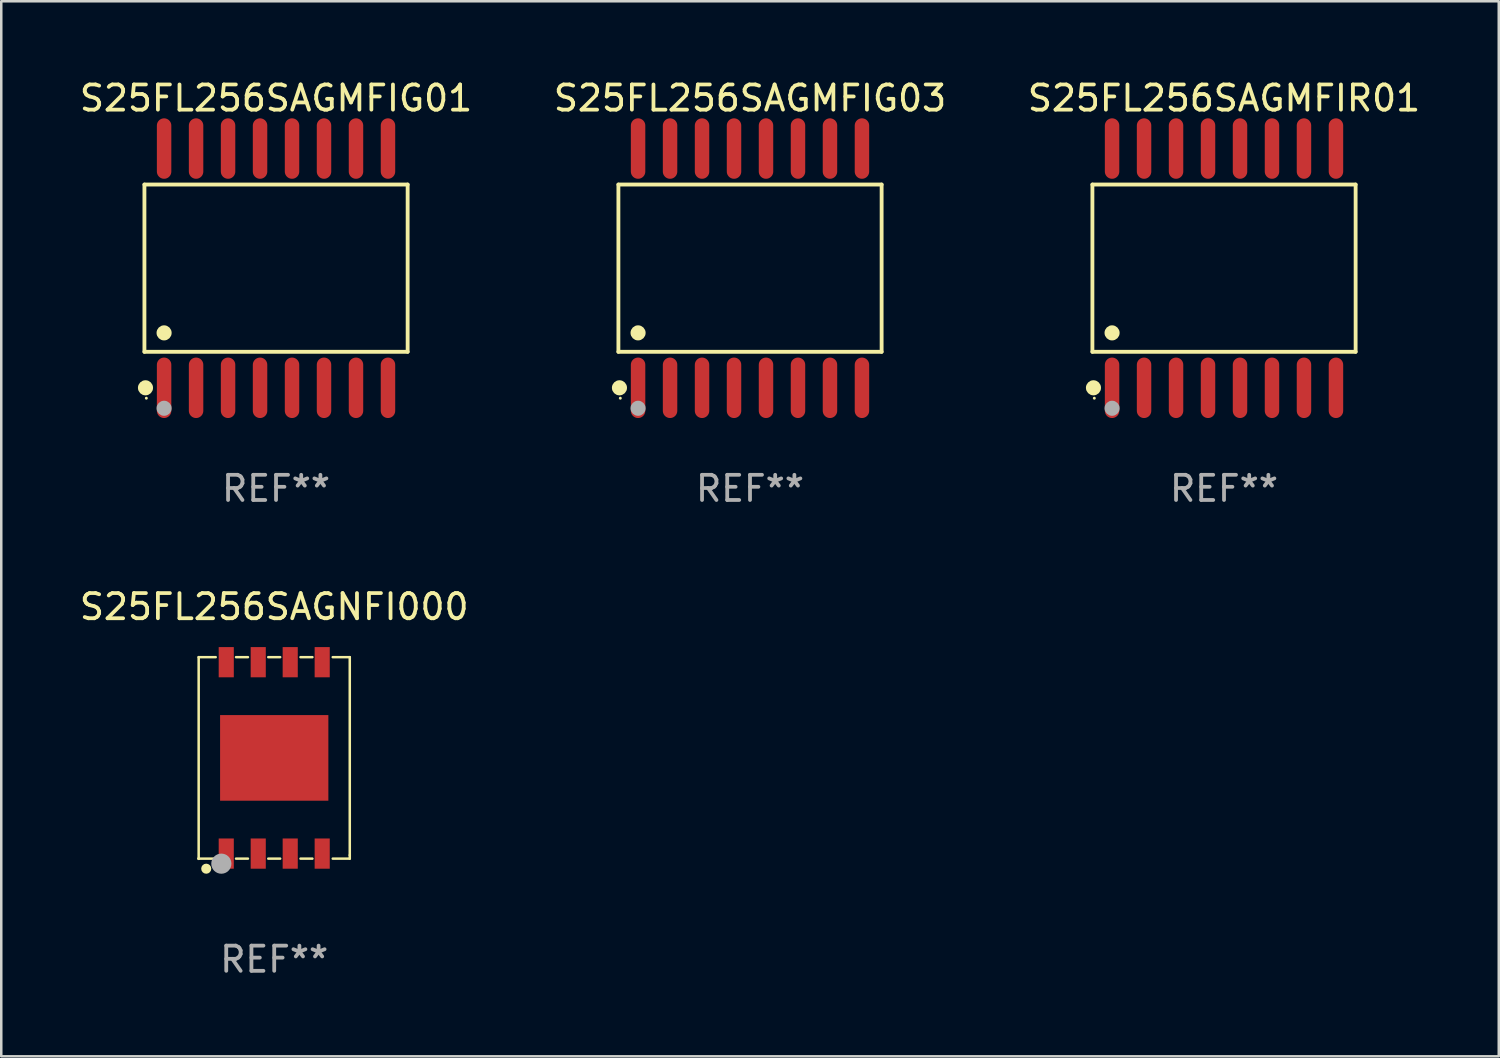
<source format=kicad_pcb>
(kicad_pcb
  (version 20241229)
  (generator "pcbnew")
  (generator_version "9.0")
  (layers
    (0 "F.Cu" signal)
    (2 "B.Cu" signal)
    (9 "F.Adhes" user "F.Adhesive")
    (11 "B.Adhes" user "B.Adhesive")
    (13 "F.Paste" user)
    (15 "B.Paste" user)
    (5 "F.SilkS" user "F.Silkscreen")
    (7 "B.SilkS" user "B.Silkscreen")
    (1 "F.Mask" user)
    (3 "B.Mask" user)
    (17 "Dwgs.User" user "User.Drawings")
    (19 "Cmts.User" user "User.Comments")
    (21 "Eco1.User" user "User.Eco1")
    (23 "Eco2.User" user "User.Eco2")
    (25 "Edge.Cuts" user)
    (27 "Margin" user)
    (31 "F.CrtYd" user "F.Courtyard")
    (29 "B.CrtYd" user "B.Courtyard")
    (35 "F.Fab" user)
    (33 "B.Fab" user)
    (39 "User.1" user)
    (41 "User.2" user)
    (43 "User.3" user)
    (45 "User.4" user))
  (footprint "S25FL256SAGNFI000"
    (layer "F.Cu")
    (at 7.839 27.045)
    (property "Reference" "S25FL256SAGNFI000" (at 0 -6 0) (layer "F.SilkS") (effects (font (size 1 1) (thickness 0.15))))
    (attr through_hole)
    (fp_line (start -3 -4) (end -3 4) (stroke (width 0.1) (type solid)) (layer "F.SilkS"))
    (fp_line (start -3 -4) (end -2.324 -4) (stroke (width 0.1) (type solid)) (layer "F.SilkS"))
    (fp_line (start -3 4) (end -2.324 4) (stroke (width 0.1) (type solid)) (layer "F.SilkS"))
    (fp_line (start -1.516 -4) (end -1.044 -4) (stroke (width 0.1) (type solid)) (layer "F.SilkS"))
    (fp_line (start -1.516 4) (end -1.044 4) (stroke (width 0.1) (type solid)) (layer "F.SilkS"))
    (fp_line (start -0.236 -4) (end 0.236 -4) (stroke (width 0.1) (type solid)) (layer "F.SilkS"))
    (fp_line (start -0.236 4) (end 0.236 4) (stroke (width 0.1) (type solid)) (layer "F.SilkS"))
    (fp_line (start 1.044 -4) (end 1.516 -4) (stroke (width 0.1) (type solid)) (layer "F.SilkS"))
    (fp_line (start 1.044 4) (end 1.516 4) (stroke (width 0.1) (type solid)) (layer "F.SilkS"))
    (fp_line (start 2.324 -4) (end 3 -4) (stroke (width 0.1) (type solid)) (layer "F.SilkS"))
    (fp_line (start 2.324 4) (end 3 4) (stroke (width 0.1) (type solid)) (layer "F.SilkS"))
    (fp_line (start 3 -4) (end 3 3.863) (stroke (width 0.1) (type solid)) (layer "F.SilkS"))
    (fp_line (start 3 3.863) (end 3 4) (stroke (width 0.1) (type solid)) (layer "F.SilkS"))
    (fp_circle (center -3 4) (end -2.97 4) (stroke (width 0.06) (type solid)) (fill no) (layer "F.SilkS"))
    (fp_circle (center -2.7 4.4) (end -2.6 4.4) (stroke (width 0.2) (type solid)) (fill no) (layer "F.SilkS"))
    (fp_circle (center -2.1 4.2) (end -1.9 4.2) (stroke (width 0.4) (type solid)) (fill no) (layer "F.Fab"))
    (fp_text user "REF**" (at 0 8 0) (layer "F.Fab") (effects (font (size 1 1) (thickness 0.15))))
    (pad "1" smd rect (at -1.905 3.8) (size 0.6 1.2) (layers "F.Cu" "F.Mask" "F.Paste"))
    (pad "2" smd rect (at -0.635 3.8) (size 0.6 1.2) (layers "F.Cu" "F.Mask" "F.Paste"))
    (pad "3" smd rect (at 0.635 3.8) (size 0.6 1.2) (layers "F.Cu" "F.Mask" "F.Paste"))
    (pad "4" smd rect (at 1.905 3.8) (size 0.6 1.2) (layers "F.Cu" "F.Mask" "F.Paste"))
    (pad "5" smd rect (at 1.905 -3.8) (size 0.6 1.2) (layers "F.Cu" "F.Mask" "F.Paste"))
    (pad "6" smd rect (at 0.635 -3.8) (size 0.6 1.2) (layers "F.Cu" "F.Mask" "F.Paste"))
    (pad "7" smd rect (at -0.635 -3.8) (size 0.6 1.2) (layers "F.Cu" "F.Mask" "F.Paste"))
    (pad "8" smd rect (at -1.905 -3.8) (size 0.6 1.2) (layers "F.Cu" "F.Mask" "F.Paste"))
    (pad "9" smd rect (at 0.000127 0.000025 90) (size 3.4 4.3) (layers "F.Cu" "F.Mask" "F.Paste")))
  (footprint "S25FL256SAGMFIG01"
    (layer "F.Cu")
    (at 7.911 7.599)
    (property "Reference" "S25FL256SAGMFIG01" (at 0 -6.75 0) (layer "F.SilkS") (effects (font (size 1 1) (thickness 0.15))))
    (attr through_hole)
    (fp_line (start -5.226 -3.321) (end 5.226 -3.321) (stroke (width 0.152) (type solid)) (layer "F.SilkS"))
    (fp_line (start -5.226 3.321) (end -5.226 -3.321) (stroke (width 0.152) (type solid)) (layer "F.SilkS"))
    (fp_line (start 5.226 -3.321) (end 5.226 3.321) (stroke (width 0.152) (type solid)) (layer "F.SilkS"))
    (fp_line (start 5.226 3.321) (end -5.226 3.321) (stroke (width 0.152) (type solid)) (layer "F.SilkS"))
    (fp_circle (center -5.184 4.75) (end -5.034 4.75) (stroke (width 0.3) (type solid)) (fill no) (layer "F.SilkS"))
    (fp_circle (center -5.15 5.163) (end -5.12 5.163) (stroke (width 0.06) (type solid)) (fill no) (layer "F.SilkS"))
    (fp_circle (center -4.445 2.569) (end -4.295 2.569) (stroke (width 0.3) (type solid)) (fill no) (layer "F.SilkS"))
    (fp_circle (center -4.445 5.563) (end -4.295 5.563) (stroke (width 0.3) (type solid)) (fill no) (layer "F.Fab"))
    (fp_text user "REF**" (at 0 8.75 0) (layer "F.Fab") (effects (font (size 1 1) (thickness 0.15))))
    (pad "1" smd oval (at -4.445 4.75) (size 0.574 2.401) (layers "F.Cu" "F.Mask" "F.Paste"))
    (pad "2" smd oval (at -3.175 4.75) (size 0.574 2.401) (layers "F.Cu" "F.Mask" "F.Paste"))
    (pad "3" smd oval (at -1.905 4.75) (size 0.574 2.401) (layers "F.Cu" "F.Mask" "F.Paste"))
    (pad "4" smd oval (at -0.635 4.75) (size 0.574 2.401) (layers "F.Cu" "F.Mask" "F.Paste"))
    (pad "5" smd oval (at 0.635 4.75) (size 0.574 2.401) (layers "F.Cu" "F.Mask" "F.Paste"))
    (pad "6" smd oval (at 1.905 4.75) (size 0.574 2.401) (layers "F.Cu" "F.Mask" "F.Paste"))
    (pad "7" smd oval (at 3.175 4.75) (size 0.574 2.401) (layers "F.Cu" "F.Mask" "F.Paste"))
    (pad "8" smd oval (at 4.445 4.75) (size 0.574 2.401) (layers "F.Cu" "F.Mask" "F.Paste"))
    (pad "9" smd oval (at 4.445 -4.75) (size 0.574 2.401) (layers "F.Cu" "F.Mask" "F.Paste"))
    (pad "10" smd oval (at 3.175 -4.75) (size 0.574 2.401) (layers "F.Cu" "F.Mask" "F.Paste"))
    (pad "11" smd oval (at 1.905 -4.75) (size 0.574 2.401) (layers "F.Cu" "F.Mask" "F.Paste"))
    (pad "12" smd oval (at 0.635 -4.75) (size 0.574 2.401) (layers "F.Cu" "F.Mask" "F.Paste"))
    (pad "13" smd oval (at -0.635 -4.75) (size 0.574 2.401) (layers "F.Cu" "F.Mask" "F.Paste"))
    (pad "14" smd oval (at -1.905 -4.75) (size 0.574 2.401) (layers "F.Cu" "F.Mask" "F.Paste"))
    (pad "15" smd oval (at -3.175 -4.75) (size 0.574 2.401) (layers "F.Cu" "F.Mask" "F.Paste"))
    (pad "16" smd oval (at -4.445 -4.75) (size 0.574 2.401) (layers "F.Cu" "F.Mask" "F.Paste")))
  (footprint "S25FL256SAGMFIG03"
    (layer "F.Cu")
    (at 26.732 7.599)
    (property "Reference" "S25FL256SAGMFIG03" (at 0 -6.75 0) (layer "F.SilkS") (effects (font (size 1 1) (thickness 0.15))))
    (attr through_hole)
    (fp_line (start -5.226 -3.321) (end 5.226 -3.321) (stroke (width 0.152) (type solid)) (layer "F.SilkS"))
    (fp_line (start -5.226 3.321) (end -5.226 -3.321) (stroke (width 0.152) (type solid)) (layer "F.SilkS"))
    (fp_line (start 5.226 -3.321) (end 5.226 3.321) (stroke (width 0.152) (type solid)) (layer "F.SilkS"))
    (fp_line (start 5.226 3.321) (end -5.226 3.321) (stroke (width 0.152) (type solid)) (layer "F.SilkS"))
    (fp_circle (center -5.184 4.75) (end -5.034 4.75) (stroke (width 0.3) (type solid)) (fill no) (layer "F.SilkS"))
    (fp_circle (center -5.15 5.163) (end -5.12 5.163) (stroke (width 0.06) (type solid)) (fill no) (layer "F.SilkS"))
    (fp_circle (center -4.445 2.569) (end -4.295 2.569) (stroke (width 0.3) (type solid)) (fill no) (layer "F.SilkS"))
    (fp_circle (center -4.445 5.563) (end -4.295 5.563) (stroke (width 0.3) (type solid)) (fill no) (layer "F.Fab"))
    (fp_text user "REF**" (at 0 8.75 0) (layer "F.Fab") (effects (font (size 1 1) (thickness 0.15))))
    (pad "1" smd oval (at -4.445 4.75) (size 0.574 2.401) (layers "F.Cu" "F.Mask" "F.Paste"))
    (pad "2" smd oval (at -3.175 4.75) (size 0.574 2.401) (layers "F.Cu" "F.Mask" "F.Paste"))
    (pad "3" smd oval (at -1.905 4.75) (size 0.574 2.401) (layers "F.Cu" "F.Mask" "F.Paste"))
    (pad "4" smd oval (at -0.635 4.75) (size 0.574 2.401) (layers "F.Cu" "F.Mask" "F.Paste"))
    (pad "5" smd oval (at 0.635 4.75) (size 0.574 2.401) (layers "F.Cu" "F.Mask" "F.Paste"))
    (pad "6" smd oval (at 1.905 4.75) (size 0.574 2.401) (layers "F.Cu" "F.Mask" "F.Paste"))
    (pad "7" smd oval (at 3.175 4.75) (size 0.574 2.401) (layers "F.Cu" "F.Mask" "F.Paste"))
    (pad "8" smd oval (at 4.445 4.75) (size 0.574 2.401) (layers "F.Cu" "F.Mask" "F.Paste"))
    (pad "9" smd oval (at 4.445 -4.75) (size 0.574 2.401) (layers "F.Cu" "F.Mask" "F.Paste"))
    (pad "10" smd oval (at 3.175 -4.75) (size 0.574 2.401) (layers "F.Cu" "F.Mask" "F.Paste"))
    (pad "11" smd oval (at 1.905 -4.75) (size 0.574 2.401) (layers "F.Cu" "F.Mask" "F.Paste"))
    (pad "12" smd oval (at 0.635 -4.75) (size 0.574 2.401) (layers "F.Cu" "F.Mask" "F.Paste"))
    (pad "13" smd oval (at -0.635 -4.75) (size 0.574 2.401) (layers "F.Cu" "F.Mask" "F.Paste"))
    (pad "14" smd oval (at -1.905 -4.75) (size 0.574 2.401) (layers "F.Cu" "F.Mask" "F.Paste"))
    (pad "15" smd oval (at -3.175 -4.75) (size 0.574 2.401) (layers "F.Cu" "F.Mask" "F.Paste"))
    (pad "16" smd oval (at -4.445 -4.75) (size 0.574 2.401) (layers "F.Cu" "F.Mask" "F.Paste")))
  (footprint "S25FL256SAGMFIR01"
    (layer "F.Cu")
    (at 45.554 7.599)
    (property "Reference" "S25FL256SAGMFIR01" (at 0 -6.75 0) (layer "F.SilkS") (effects (font (size 1 1) (thickness 0.15))))
    (attr through_hole)
    (fp_line (start -5.226 -3.321) (end 5.226 -3.321) (stroke (width 0.152) (type solid)) (layer "F.SilkS"))
    (fp_line (start -5.226 3.321) (end -5.226 -3.321) (stroke (width 0.152) (type solid)) (layer "F.SilkS"))
    (fp_line (start 5.226 -3.321) (end 5.226 3.321) (stroke (width 0.152) (type solid)) (layer "F.SilkS"))
    (fp_line (start 5.226 3.321) (end -5.226 3.321) (stroke (width 0.152) (type solid)) (layer "F.SilkS"))
    (fp_circle (center -5.184 4.75) (end -5.034 4.75) (stroke (width 0.3) (type solid)) (fill no) (layer "F.SilkS"))
    (fp_circle (center -5.15 5.163) (end -5.12 5.163) (stroke (width 0.06) (type solid)) (fill no) (layer "F.SilkS"))
    (fp_circle (center -4.445 2.569) (end -4.295 2.569) (stroke (width 0.3) (type solid)) (fill no) (layer "F.SilkS"))
    (fp_circle (center -4.445 5.563) (end -4.295 5.563) (stroke (width 0.3) (type solid)) (fill no) (layer "F.Fab"))
    (fp_text user "REF**" (at 0 8.75 0) (layer "F.Fab") (effects (font (size 1 1) (thickness 0.15))))
    (pad "1" smd oval (at -4.445 4.75) (size 0.574 2.401) (layers "F.Cu" "F.Mask" "F.Paste"))
    (pad "2" smd oval (at -3.175 4.75) (size 0.574 2.401) (layers "F.Cu" "F.Mask" "F.Paste"))
    (pad "3" smd oval (at -1.905 4.75) (size 0.574 2.401) (layers "F.Cu" "F.Mask" "F.Paste"))
    (pad "4" smd oval (at -0.635 4.75) (size 0.574 2.401) (layers "F.Cu" "F.Mask" "F.Paste"))
    (pad "5" smd oval (at 0.635 4.75) (size 0.574 2.401) (layers "F.Cu" "F.Mask" "F.Paste"))
    (pad "6" smd oval (at 1.905 4.75) (size 0.574 2.401) (layers "F.Cu" "F.Mask" "F.Paste"))
    (pad "7" smd oval (at 3.175 4.75) (size 0.574 2.401) (layers "F.Cu" "F.Mask" "F.Paste"))
    (pad "8" smd oval (at 4.445 4.75) (size 0.574 2.401) (layers "F.Cu" "F.Mask" "F.Paste"))
    (pad "9" smd oval (at 4.445 -4.75) (size 0.574 2.401) (layers "F.Cu" "F.Mask" "F.Paste"))
    (pad "10" smd oval (at 3.175 -4.75) (size 0.574 2.401) (layers "F.Cu" "F.Mask" "F.Paste"))
    (pad "11" smd oval (at 1.905 -4.75) (size 0.574 2.401) (layers "F.Cu" "F.Mask" "F.Paste"))
    (pad "12" smd oval (at 0.635 -4.75) (size 0.574 2.401) (layers "F.Cu" "F.Mask" "F.Paste"))
    (pad "13" smd oval (at -0.635 -4.75) (size 0.574 2.401) (layers "F.Cu" "F.Mask" "F.Paste"))
    (pad "14" smd oval (at -1.905 -4.75) (size 0.574 2.401) (layers "F.Cu" "F.Mask" "F.Paste"))
    (pad "15" smd oval (at -3.175 -4.75) (size 0.574 2.401) (layers "F.Cu" "F.Mask" "F.Paste"))
    (pad "16" smd oval (at -4.445 -4.75) (size 0.574 2.401) (layers "F.Cu" "F.Mask" "F.Paste")))
  (gr_rect
    (start -3 -3)
    (end 56.464 38.894)
    (stroke (width 0.1) (type default))
    (fill no)
    (layer "Edge.Cuts")))
</source>
